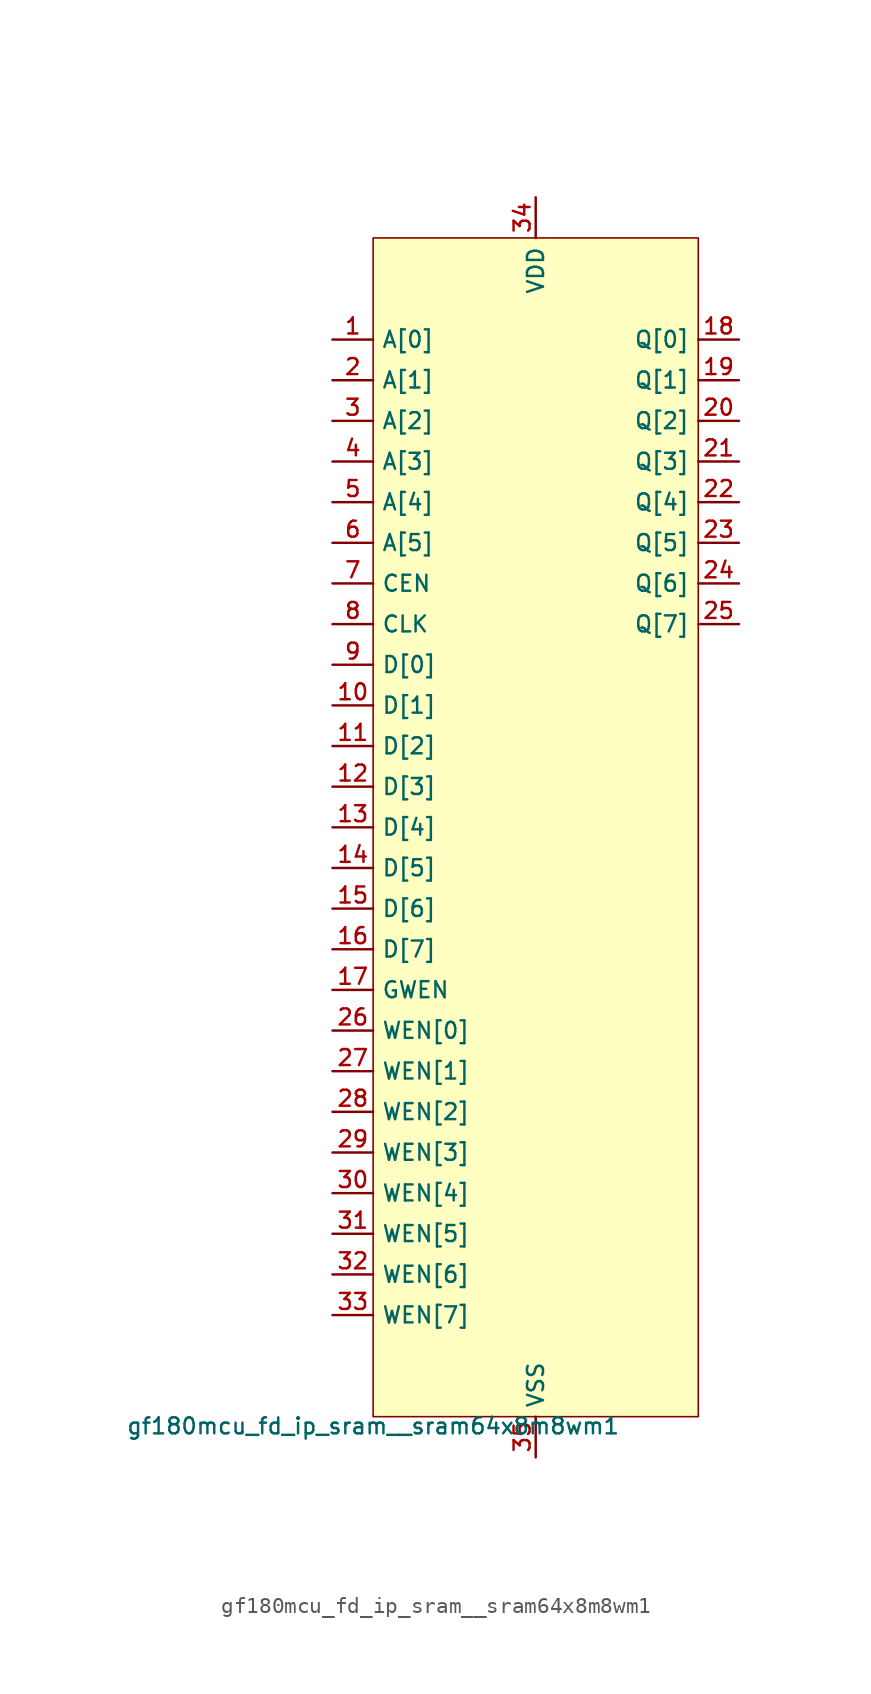
<source format=kicad_sym>
(kicad_symbol_lib
  (version 20211014)
  (generator pdk2kicad)
  (symbol "gf180mcu_fd_ip_sram__sram64x8m8wm1"
    (property "Reference" "X"
      (at 0 0 0)
      (effects (font (size 1 1)) hide))
    (property "Value" "gf180mcu_fd_ip_sram__sram64x8m8wm1"
      (at -10.16 -36.83 0)
      (effects (font (size 1 1)) (justify top)))
    (rectangle
      (start -10.16 -36.83)
      (end 10.16 36.83)
      (stroke (width 0.1) (type solid) (color 0 0 0 0))
      (fill (type background)))
    (pin input line
      (at -12.7 30.48 0)
      (length 2.54)
      (name "A[0]" (effects (font (size 1 1)) hide))
      (number "1" (effects (font (size 1 1)) hide)))
    (pin input line
      (at -12.7 27.94 0)
      (length 2.54)
      (name "A[1]" (effects (font (size 1 1)) hide))
      (number "2" (effects (font (size 1 1)) hide)))
    (pin input line
      (at -12.7 25.4 0)
      (length 2.54)
      (name "A[2]" (effects (font (size 1 1)) hide))
      (number "3" (effects (font (size 1 1)) hide)))
    (pin input line
      (at -12.7 22.86 0)
      (length 2.54)
      (name "A[3]" (effects (font (size 1 1)) hide))
      (number "4" (effects (font (size 1 1)) hide)))
    (pin input line
      (at -12.7 20.32 0)
      (length 2.54)
      (name "A[4]" (effects (font (size 1 1)) hide))
      (number "5" (effects (font (size 1 1)) hide)))
    (pin input line
      (at -12.7 17.78 0)
      (length 2.54)
      (name "A[5]" (effects (font (size 1 1)) hide))
      (number "6" (effects (font (size 1 1)) hide)))
    (pin input line
      (at -12.7 15.24 0)
      (length 2.54)
      (name "CEN" (effects (font (size 1 1)) hide))
      (number "7" (effects (font (size 1 1)) hide)))
    (pin input line
      (at -12.7 12.7 0)
      (length 2.54)
      (name "CLK" (effects (font (size 1 1)) hide))
      (number "8" (effects (font (size 1 1)) hide)))
    (pin input line
      (at -12.7 10.16 0)
      (length 2.54)
      (name "D[0]" (effects (font (size 1 1)) hide))
      (number "9" (effects (font (size 1 1)) hide)))
    (pin input line
      (at -12.7 7.62 0)
      (length 2.54)
      (name "D[1]" (effects (font (size 1 1)) hide))
      (number "10" (effects (font (size 1 1)) hide)))
    (pin input line
      (at -12.7 5.08 0)
      (length 2.54)
      (name "D[2]" (effects (font (size 1 1)) hide))
      (number "11" (effects (font (size 1 1)) hide)))
    (pin input line
      (at -12.7 2.54 0)
      (length 2.54)
      (name "D[3]" (effects (font (size 1 1)) hide))
      (number "12" (effects (font (size 1 1)) hide)))
    (pin input line
      (at -12.7 2.220446049250313e-15 0)
      (length 2.54)
      (name "D[4]" (effects (font (size 1 1)) hide))
      (number "13" (effects (font (size 1 1)) hide)))
    (pin input line
      (at -12.7 -2.54 0)
      (length 2.54)
      (name "D[5]" (effects (font (size 1 1)) hide))
      (number "14" (effects (font (size 1 1)) hide)))
    (pin input line
      (at -12.7 -5.08 0)
      (length 2.54)
      (name "D[6]" (effects (font (size 1 1)) hide))
      (number "15" (effects (font (size 1 1)) hide)))
    (pin input line
      (at -12.7 -7.62 0)
      (length 2.54)
      (name "D[7]" (effects (font (size 1 1)) hide))
      (number "16" (effects (font (size 1 1)) hide)))
    (pin input line
      (at -12.7 -10.16 0)
      (length 2.54)
      (name "GWEN" (effects (font (size 1 1)) hide))
      (number "17" (effects (font (size 1 1)) hide)))
    (pin output line
      (at 12.7 30.48 180)
      (length 2.54)
      (name "Q[0]" (effects (font (size 1 1)) hide))
      (number "18" (effects (font (size 1 1)) hide)))
    (pin output line
      (at 12.7 27.94 180)
      (length 2.54)
      (name "Q[1]" (effects (font (size 1 1)) hide))
      (number "19" (effects (font (size 1 1)) hide)))
    (pin output line
      (at 12.7 25.4 180)
      (length 2.54)
      (name "Q[2]" (effects (font (size 1 1)) hide))
      (number "20" (effects (font (size 1 1)) hide)))
    (pin output line
      (at 12.7 22.86 180)
      (length 2.54)
      (name "Q[3]" (effects (font (size 1 1)) hide))
      (number "21" (effects (font (size 1 1)) hide)))
    (pin output line
      (at 12.7 20.32 180)
      (length 2.54)
      (name "Q[4]" (effects (font (size 1 1)) hide))
      (number "22" (effects (font (size 1 1)) hide)))
    (pin output line
      (at 12.7 17.78 180)
      (length 2.54)
      (name "Q[5]" (effects (font (size 1 1)) hide))
      (number "23" (effects (font (size 1 1)) hide)))
    (pin output line
      (at 12.7 15.24 180)
      (length 2.54)
      (name "Q[6]" (effects (font (size 1 1)) hide))
      (number "24" (effects (font (size 1 1)) hide)))
    (pin output line
      (at 12.7 12.7 180)
      (length 2.54)
      (name "Q[7]" (effects (font (size 1 1)) hide))
      (number "25" (effects (font (size 1 1)) hide)))
    (pin input line
      (at -12.7 -12.7 0)
      (length 2.54)
      (name "WEN[0]" (effects (font (size 1 1)) hide))
      (number "26" (effects (font (size 1 1)) hide)))
    (pin input line
      (at -12.7 -15.24 0)
      (length 2.54)
      (name "WEN[1]" (effects (font (size 1 1)) hide))
      (number "27" (effects (font (size 1 1)) hide)))
    (pin input line
      (at -12.7 -17.78 0)
      (length 2.54)
      (name "WEN[2]" (effects (font (size 1 1)) hide))
      (number "28" (effects (font (size 1 1)) hide)))
    (pin input line
      (at -12.7 -20.32 0)
      (length 2.54)
      (name "WEN[3]" (effects (font (size 1 1)) hide))
      (number "29" (effects (font (size 1 1)) hide)))
    (pin input line
      (at -12.7 -22.86 0)
      (length 2.54)
      (name "WEN[4]" (effects (font (size 1 1)) hide))
      (number "30" (effects (font (size 1 1)) hide)))
    (pin input line
      (at -12.7 -25.4 0)
      (length 2.54)
      (name "WEN[5]" (effects (font (size 1 1)) hide))
      (number "31" (effects (font (size 1 1)) hide)))
    (pin input line
      (at -12.7 -27.94 0)
      (length 2.54)
      (name "WEN[6]" (effects (font (size 1 1)) hide))
      (number "32" (effects (font (size 1 1)) hide)))
    (pin input line
      (at -12.7 -30.48 0)
      (length 2.54)
      (name "WEN[7]" (effects (font (size 1 1)) hide))
      (number "33" (effects (font (size 1 1)) hide)))
    (pin power_in line
      (at 0.0 39.37 270)
      (length 2.54)
      (name "VDD" (effects (font (size 1 1)) hide))
      (number "34" (effects (font (size 1 1)) hide)))
    (pin power_in line
      (at 0.0 -39.37 90)
      (length 2.54)
      (name "VSS" (effects (font (size 1 1)) hide))
      (number "35" (effects (font (size 1 1)) hide)))))
</source>
